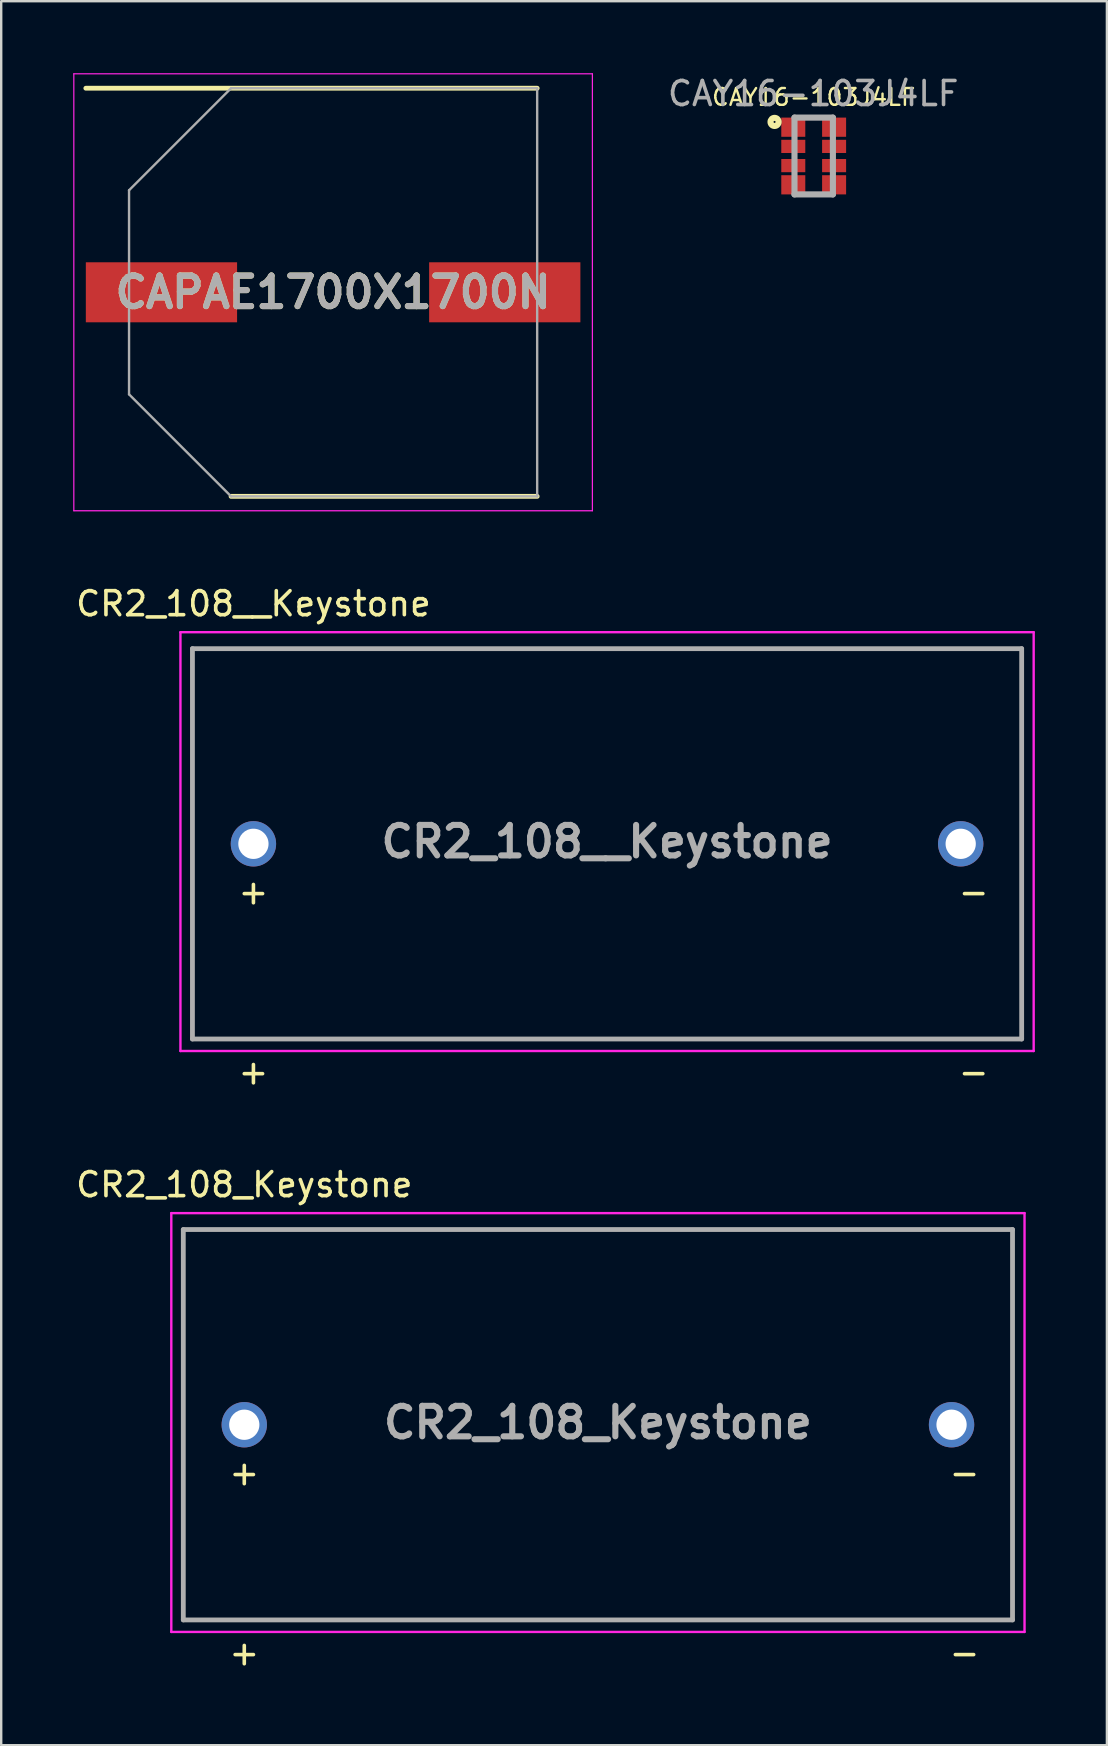
<source format=kicad_pcb>
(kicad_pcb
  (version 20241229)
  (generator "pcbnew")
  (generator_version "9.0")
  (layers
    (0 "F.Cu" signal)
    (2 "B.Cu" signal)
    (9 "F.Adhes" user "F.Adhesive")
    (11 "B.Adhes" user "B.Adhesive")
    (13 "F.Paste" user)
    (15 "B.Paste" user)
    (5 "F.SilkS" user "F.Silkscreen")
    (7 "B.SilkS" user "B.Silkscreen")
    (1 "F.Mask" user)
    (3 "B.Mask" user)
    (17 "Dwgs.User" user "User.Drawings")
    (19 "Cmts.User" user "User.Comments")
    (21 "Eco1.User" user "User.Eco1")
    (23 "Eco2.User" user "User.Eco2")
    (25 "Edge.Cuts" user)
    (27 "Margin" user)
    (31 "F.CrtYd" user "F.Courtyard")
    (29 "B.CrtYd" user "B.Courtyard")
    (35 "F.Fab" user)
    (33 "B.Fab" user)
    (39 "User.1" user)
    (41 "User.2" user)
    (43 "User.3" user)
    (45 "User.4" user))
  (footprint "CR2_108__Keystone"
    (layer "F.Cu")
    (at 7.506 32.098)
    (property "Reference" "CR2_108__Keystone" (at 0 -10 0) (layer "F.SilkS") (effects (font (size 1 1) (thickness 0.15))))
    (attr through_hole)
    (fp_line (start -2.54 8.13) (end -2.54 -8.13) (stroke (width 0.1) (type solid)) (layer "F.SilkS"))
    (fp_line (start 2.03 -8.13) (end 32 -8.13) (stroke (width 0.1) (type solid)) (layer "F.SilkS"))
    (fp_line (start 32 -8.13) (end 32 8.13) (stroke (width 0.1) (type solid)) (layer "F.SilkS"))
    (fp_line (start 32 8.13) (end -2.54 8.13) (stroke (width 0.1) (type solid)) (layer "F.SilkS"))
    (fp_line (start -3.04 -8.815) (end 32.5 -8.815) (stroke (width 0.1) (type solid)) (layer "F.CrtYd"))
    (fp_line (start -3.04 8.63) (end -3.04 -8.815) (stroke (width 0.1) (type solid)) (layer "F.CrtYd"))
    (fp_line (start 32.5 -8.815) (end 32.5 8.63) (stroke (width 0.1) (type solid)) (layer "F.CrtYd"))
    (fp_line (start 32.5 8.63) (end -3.04 8.63) (stroke (width 0.1) (type solid)) (layer "F.CrtYd"))
    (fp_line (start -2.54 -8.13) (end 32 -8.13) (stroke (width 0.2) (type solid)) (layer "F.Fab"))
    (fp_line (start -2.54 8.13) (end -2.54 -8.13) (stroke (width 0.2) (type solid)) (layer "F.Fab"))
    (fp_line (start 32 -8.13) (end 32 8.13) (stroke (width 0.2) (type solid)) (layer "F.Fab"))
    (fp_line (start 32 8.13) (end -2.54 8.13) (stroke (width 0.2) (type solid)) (layer "F.Fab"))
    (fp_text user "+" (at 0 2 0) (layer "F.SilkS") (effects (font (size 1 1) (thickness 0.15))))
    (fp_text user "-" (at 30 2 0) (layer "F.SilkS") (effects (font (size 1 1) (thickness 0.15))))
    (fp_text user "-" (at 30 9.5 0) (layer "F.SilkS") (effects (font (size 1 1) (thickness 0.15))))
    (fp_text user "+" (at 0 9.5 0) (layer "F.SilkS") (effects (font (size 1 1) (thickness 0.15))))
    (fp_text user "${REFERENCE}" (at 14.73 -0.092 0) (layer "F.Fab") (effects (font (size 1.27 1.27) (thickness 0.254))))
    (pad "" np_thru_hole circle (at 0 -7.09) (size 0.001 0.001) (drill 2.45) (layers "*.Cu" "*.Mask"))
    (pad "1" thru_hole circle (at 0 0) (size 1.89 1.89) (drill 1.26) (layers "*.Cu" "*.Mask"))
    (pad "2" thru_hole circle (at 29.46 0) (size 1.89 1.89) (drill 1.26) (layers "*.Cu" "*.Mask")))
  (footprint "CAY16-103J4LF"
    (layer "F.Cu")
    (at 30.843 3.448)
    (property "Reference" "CAY16-103J4LF" (at 0 -2.45 0) (layer "F.SilkS") (effects (font (size 0.7 0.7) (thickness 0.1))))
    (attr smd)
    (fp_circle (center -1.63 -1.42) (end -1.63 -1.378) (stroke (width 0.254) (type solid)) (fill no) (layer "F.SilkS"))
    (fp_line (start -0.8 -1.6) (end 0.8 -1.6) (stroke (width 0.254) (type solid)) (layer "F.Fab"))
    (fp_line (start -0.8 1.6) (end -0.8 -1.6) (stroke (width 0.254) (type solid)) (layer "F.Fab"))
    (fp_line (start 0.8 -1.6) (end 0.8 1.6) (stroke (width 0.254) (type solid)) (layer "F.Fab"))
    (fp_line (start 0.8 1.6) (end -0.8 1.6) (stroke (width 0.254) (type solid)) (layer "F.Fab"))
    (fp_text user "${REFERENCE}" (at -0.02 -2.6 0) (layer "F.Fab") (effects (font (size 1 1) (thickness 0.15))))
    (pad "1" smd rect (at -0.85 -1.2 90) (size 0.8 1) (layers "F.Cu" "F.Mask" "F.Paste"))
    (pad "2" smd rect (at -0.85 -0.4 90) (size 0.55 1) (layers "F.Cu" "F.Mask" "F.Paste"))
    (pad "3" smd rect (at -0.85 0.4 90) (size 0.55 1) (layers "F.Cu" "F.Mask" "F.Paste"))
    (pad "4" smd rect (at -0.85 1.2 90) (size 0.8 1) (layers "F.Cu" "F.Mask" "F.Paste"))
    (pad "5" smd rect (at 0.85 1.2 90) (size 0.8 1) (layers "F.Cu" "F.Mask" "F.Paste"))
    (pad "6" smd rect (at 0.85 0.4 90) (size 0.55 1) (layers "F.Cu" "F.Mask" "F.Paste"))
    (pad "7" smd rect (at 0.85 -0.4 90) (size 0.55 1) (layers "F.Cu" "F.Mask" "F.Paste"))
    (pad "8" smd rect (at 0.85 -1.2 90) (size 0.8 1) (layers "F.Cu" "F.Mask" "F.Paste")))
  (footprint "CAPAE1700X1700N"
    (layer "F.Cu")
    (at 10.825 9.125)
    (property "Reference" "CAPAE1700X1700N" (at 0 0 0) (layer "F.SilkS") (effects (font (size 1.27 1.27) (thickness 0.254))))
    (attr smd)
    (fp_line (start -10.3 -8.5) (end 8.5 -8.5) (stroke (width 0.2) (type solid)) (layer "F.SilkS"))
    (fp_line (start -4.25 8.5) (end 8.5 8.5) (stroke (width 0.2) (type solid)) (layer "F.SilkS"))
    (fp_line (start -10.8 -9.1) (end 10.8 -9.1) (stroke (width 0.05) (type solid)) (layer "F.CrtYd"))
    (fp_line (start -10.8 9.1) (end -10.8 -9.1) (stroke (width 0.05) (type solid)) (layer "F.CrtYd"))
    (fp_line (start 10.8 -9.1) (end 10.8 9.1) (stroke (width 0.05) (type solid)) (layer "F.CrtYd"))
    (fp_line (start 10.8 9.1) (end -10.8 9.1) (stroke (width 0.05) (type solid)) (layer "F.CrtYd"))
    (fp_line (start -8.5 -4.25) (end -8.5 4.25) (stroke (width 0.1) (type solid)) (layer "F.Fab"))
    (fp_line (start -8.5 4.25) (end -4.25 8.5) (stroke (width 0.1) (type solid)) (layer "F.Fab"))
    (fp_line (start -4.25 -8.5) (end -8.5 -4.25) (stroke (width 0.1) (type solid)) (layer "F.Fab"))
    (fp_line (start -4.25 8.5) (end 8.5 8.5) (stroke (width 0.1) (type solid)) (layer "F.Fab"))
    (fp_line (start 8.5 -8.5) (end -4.25 -8.5) (stroke (width 0.1) (type solid)) (layer "F.Fab"))
    (fp_line (start 8.5 8.5) (end 8.5 -8.5) (stroke (width 0.1) (type solid)) (layer "F.Fab"))
    (fp_text user "${REFERENCE}" (at 0 0 0) (layer "F.Fab") (effects (font (size 1.27 1.27) (thickness 0.254))))
    (pad "1" smd rect (at -7.15 0 90) (size 2.5 6.3) (layers "F.Cu" "F.Mask" "F.Paste"))
    (pad "2" smd rect (at 7.15 0 90) (size 2.5 6.3) (layers "F.Cu" "F.Mask" "F.Paste")))
  (footprint "CR2_108_Keystone"
    (layer "F.Cu")
    (at 7.125 56.295)
    (property "Reference" "CR2_108_Keystone" (at 0 -10 0) (layer "F.SilkS") (effects (font (size 1 1) (thickness 0.15))))
    (attr through_hole)
    (fp_line (start -2.54 8.13) (end -2.54 -8.13) (stroke (width 0.1) (type solid)) (layer "F.SilkS"))
    (fp_line (start 2.03 -8.13) (end 32 -8.13) (stroke (width 0.1) (type solid)) (layer "F.SilkS"))
    (fp_line (start 32 -8.13) (end 32 8.13) (stroke (width 0.1) (type solid)) (layer "F.SilkS"))
    (fp_line (start 32 8.13) (end -2.54 8.13) (stroke (width 0.1) (type solid)) (layer "F.SilkS"))
    (fp_line (start -3.04 -8.815) (end 32.5 -8.815) (stroke (width 0.1) (type solid)) (layer "F.CrtYd"))
    (fp_line (start -3.04 8.63) (end -3.04 -8.815) (stroke (width 0.1) (type solid)) (layer "F.CrtYd"))
    (fp_line (start 32.5 -8.815) (end 32.5 8.63) (stroke (width 0.1) (type solid)) (layer "F.CrtYd"))
    (fp_line (start 32.5 8.63) (end -3.04 8.63) (stroke (width 0.1) (type solid)) (layer "F.CrtYd"))
    (fp_line (start -2.54 -8.13) (end 32 -8.13) (stroke (width 0.2) (type solid)) (layer "F.Fab"))
    (fp_line (start -2.54 8.13) (end -2.54 -8.13) (stroke (width 0.2) (type solid)) (layer "F.Fab"))
    (fp_line (start 32 -8.13) (end 32 8.13) (stroke (width 0.2) (type solid)) (layer "F.Fab"))
    (fp_line (start 32 8.13) (end -2.54 8.13) (stroke (width 0.2) (type solid)) (layer "F.Fab"))
    (fp_text user "+" (at 0 9.5 0) (layer "F.SilkS") (effects (font (size 1 1) (thickness 0.15))))
    (fp_text user "-" (at 30 9.5 0) (layer "F.SilkS") (effects (font (size 1 1) (thickness 0.15))))
    (fp_text user "+" (at 0 2 0) (layer "F.SilkS") (effects (font (size 1 1) (thickness 0.15))))
    (fp_text user "-" (at 30 2 0) (layer "F.SilkS") (effects (font (size 1 1) (thickness 0.15))))
    (fp_text user "${REFERENCE}" (at 14.73 -0.092 0) (layer "F.Fab") (effects (font (size 1.27 1.27) (thickness 0.254))))
    (pad "" np_thru_hole circle (at 0 -7.09) (size 0.001 0.001) (drill 2.45) (layers "*.Cu" "*.Mask"))
    (pad "1" thru_hole circle (at 0 0) (size 1.89 1.89) (drill 1.26) (layers "*.Cu" "*.Mask"))
    (pad "2" thru_hole circle (at 29.46 0) (size 1.89 1.89) (drill 1.26) (layers "*.Cu" "*.Mask")))
  (gr_rect
    (start -3 -3)
    (end 43.056 69.643)
    (stroke (width 0.1) (type default))
    (fill no)
    (layer "Edge.Cuts")))
</source>
